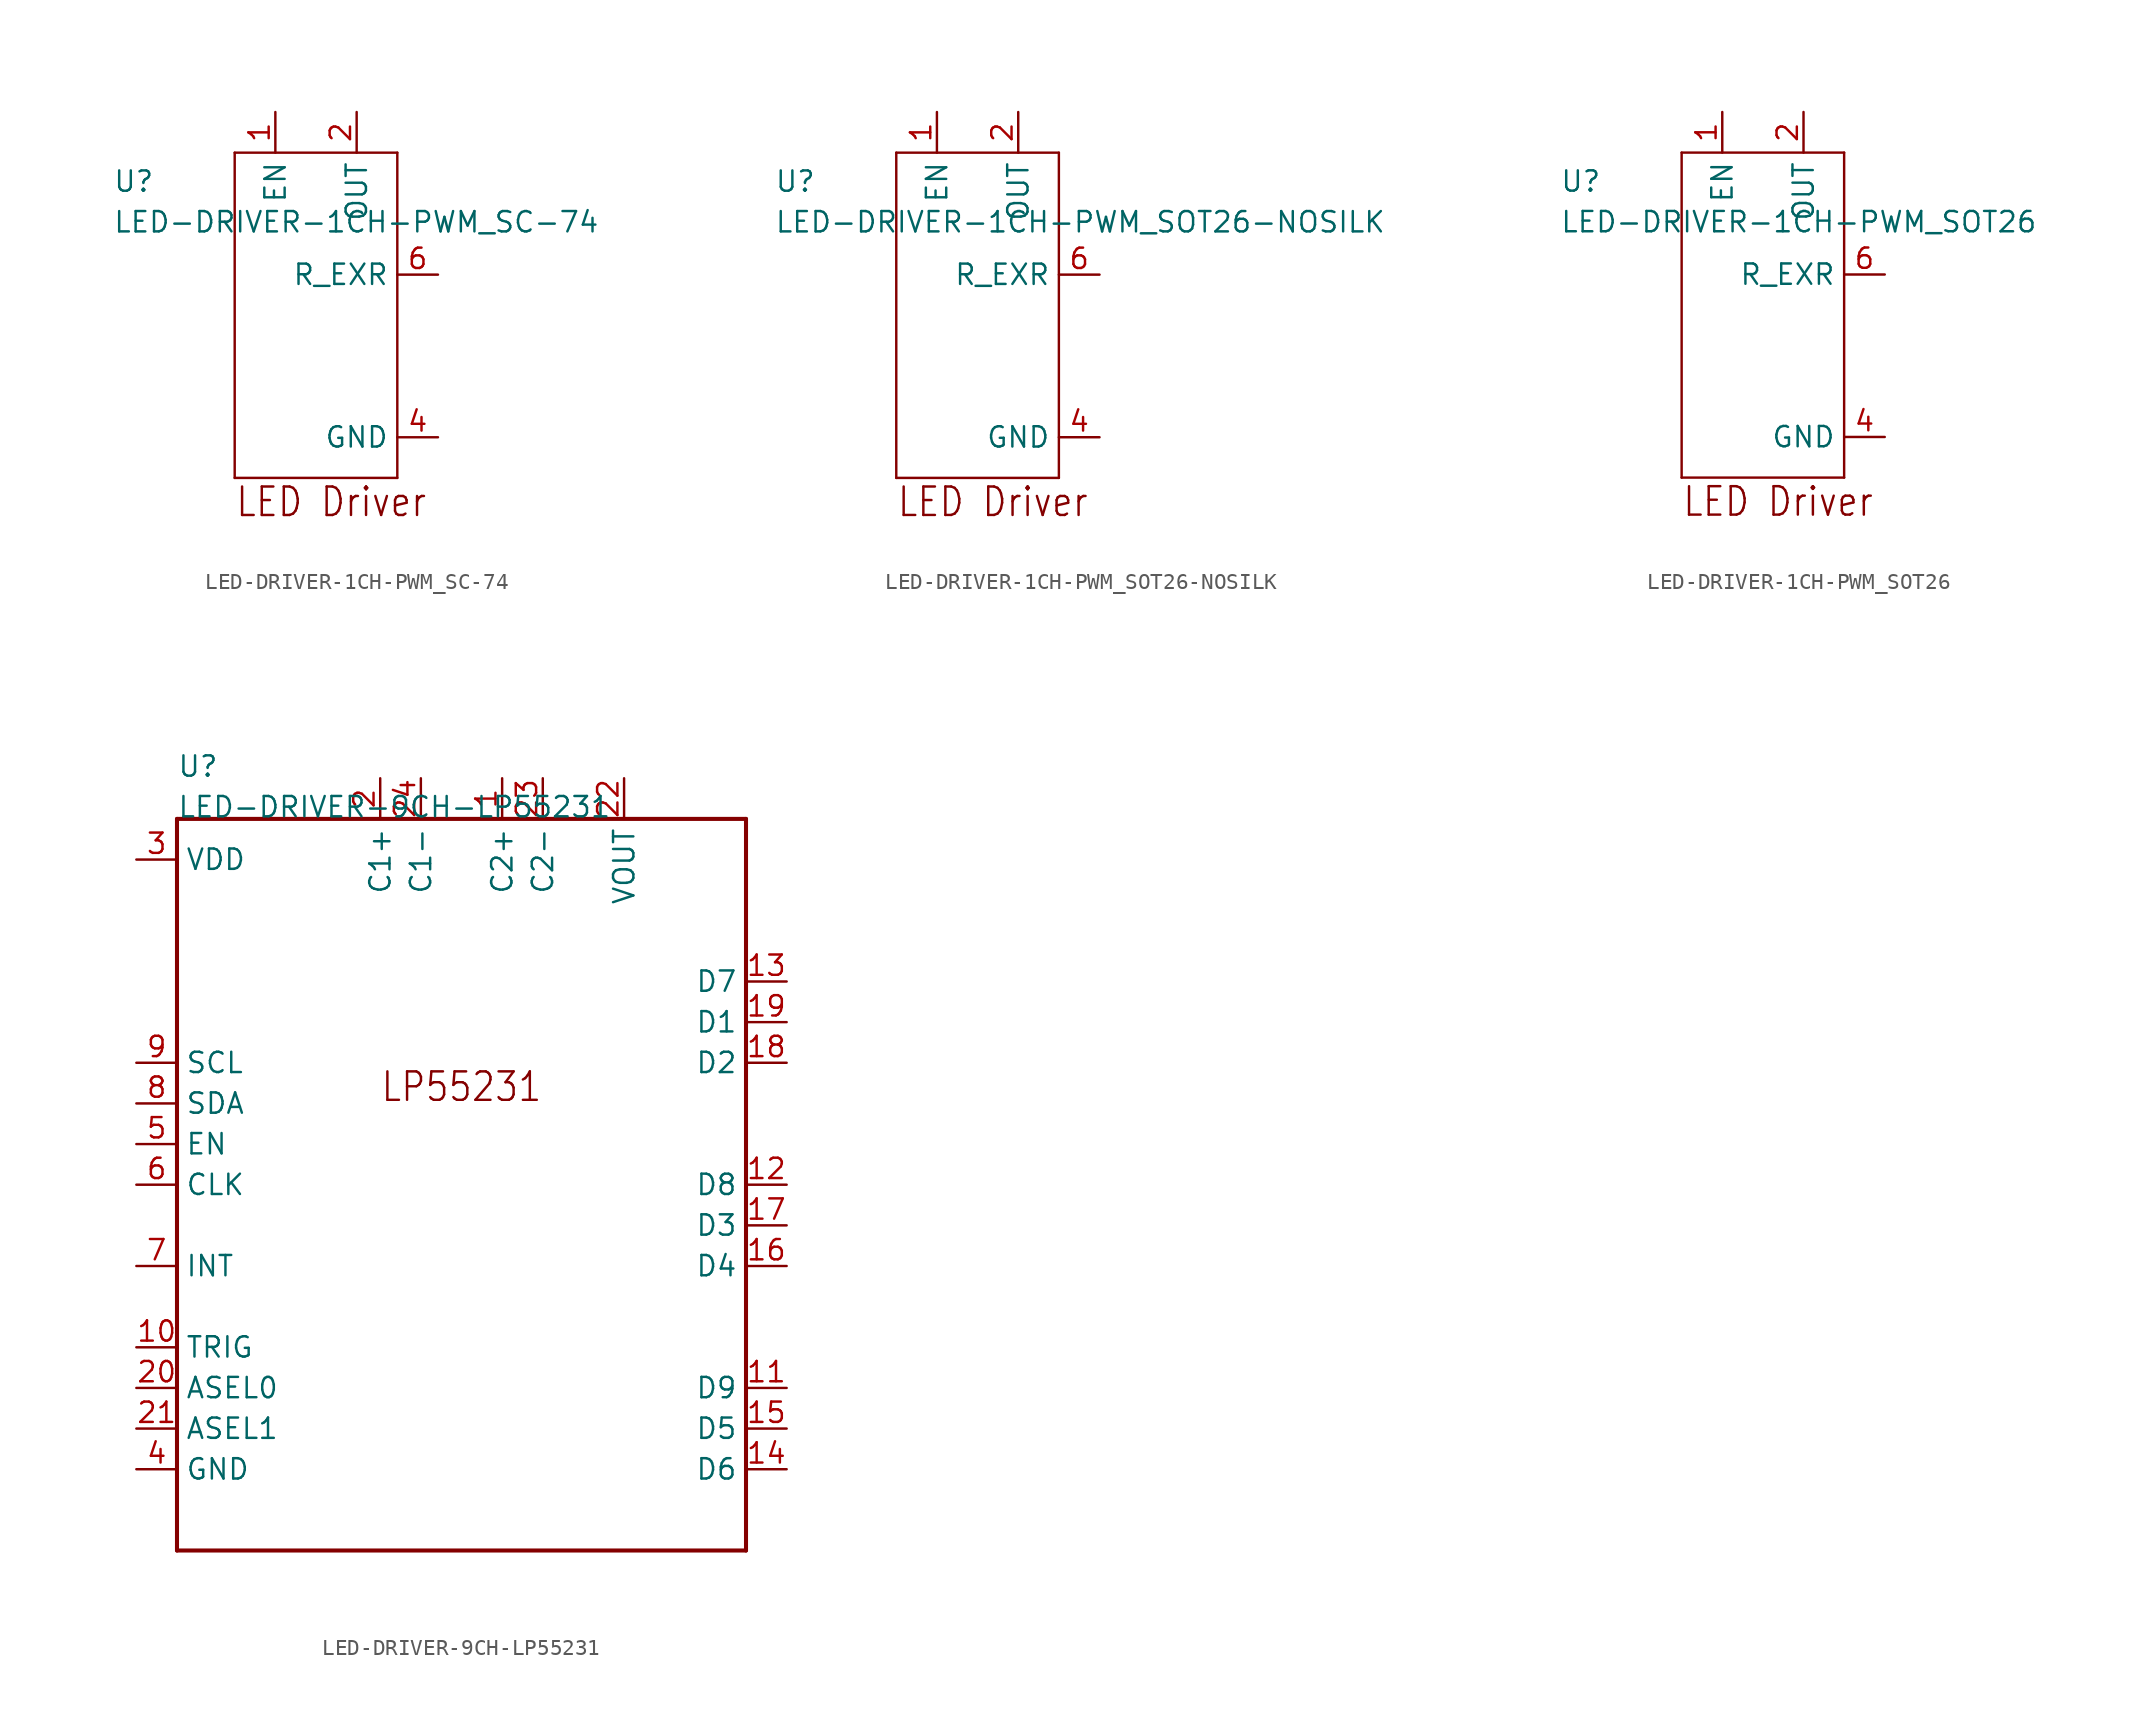
<source format=kicad_sym>
(kicad_symbol_lib
  (version 20211014)
  (generator kicad_symbol_editor)
  (symbol "LED-DRIVER-1CH-PWM_SC-74"
    (pin_names)
    (property "Reference" "U"
      (at -12.7 10.16 0)
      (effects (font (size 1.27 1.27)) (justify left bottom)))
    (property "Value" "LED-DRIVER-1CH-PWM_SC-74"
      (at -12.7 7.62 0)
      (effects (font (size 1.27 1.27)) (justify left bottom)))
    (property "Datasheet" ""
      (at 0 0 0))
    (property "ki_description" "LED Driver  - LED Driver IC 1 Output  PWM Dimming   Technical Specifications:    Dimming: PWM       Component Search:  [DATA SHEET NAME]   Datasheet:  BCR420UW6 / BCR421UW6   Datasheet:  BCR420UFDQ / BCR421UFDQ "
      (at 0 0 0))
    (property "ki_fp_filters" "FlashPCB_ICs:SC-74-6"
      (at 0 0 0))
    (symbol "LED-DRIVER-1CH-PWM_SC-74_1_1"
      (text "LED Driver" (at -5.08 -10.16 0) (effects (font (size 1.778 1.52)) (justify left bottom)))
      (polyline (pts (xy -5.08 12.7) (xy 5.08 12.7)) (stroke (width 0.152)) (fill (type none)))
      (polyline (pts (xy 5.08 12.7) (xy 5.08 -7.62)) (stroke (width 0.152)) (fill (type none)))
      (polyline (pts (xy 5.08 -7.62) (xy -5.08 -7.62)) (stroke (width 0.152)) (fill (type none)))
      (polyline (pts (xy -5.08 -7.62) (xy -5.08 12.7)) (stroke (width 0.152)) (fill (type none)))
      (pin bidirectional line (at -2.54 15.24 270) (length 2.54) (name "EN" (effects (font (size 1.27 1.27)))) (number "1" (effects (font (size 1.27 1.27)))))
      (pin bidirectional line (at 2.54 15.24 270) (length 2.54) (name "OUT" (effects (font (size 1.27 1.27)))) (number "2" (effects (font (size 1.27 1.27)))))
      (pin bidirectional line (at 2.54 15.24 270) (length 2.54) hide (name "OUT" (effects (font (size 1.27 1.27)))) (number "3" (effects (font (size 1.27 1.27)))))
      (pin bidirectional line (at 2.54 15.24 270) (length 2.54) hide (name "OUT" (effects (font (size 1.27 1.27)))) (number "5" (effects (font (size 1.27 1.27)))))
      (pin bidirectional line (at 7.62 5.08 180) (length 2.54) (name "R_EXR" (effects (font (size 1.27 1.27)))) (number "6" (effects (font (size 1.27 1.27)))))
      (pin bidirectional line (at 7.62 -5.08 180) (length 2.54) (name "GND" (effects (font (size 1.27 1.27)))) (number "4" (effects (font (size 1.27 1.27)))))))
  (symbol "LED-DRIVER-1CH-PWM_SOT26-NOSILK"
    (pin_names)
    (property "Reference" "U"
      (at -12.7 10.16 0)
      (effects (font (size 1.27 1.27)) (justify left bottom)))
    (property "Value" "LED-DRIVER-1CH-PWM_SOT26-NOSILK"
      (at -12.7 7.62 0)
      (effects (font (size 1.27 1.27)) (justify left bottom)))
    (property "Datasheet" ""
      (at 0 0 0))
    (property "ki_description" "LED Driver  - LED Driver IC 1 Output  PWM Dimming   Technical Specifications:    Dimming: PWM       Component Search:  [DATA SHEET NAME]   Datasheet:  BCR420UW6 / BCR421UW6   Datasheet:  BCR420UFDQ / BCR421UFDQ "
      (at 0 0 0))
    (property "ki_fp_filters" "FlashPCB_ICs:SOT-23-6_NOSILK"
      (at 0 0 0))
    (symbol "LED-DRIVER-1CH-PWM_SOT26-NOSILK_1_1"
      (text "LED Driver" (at -5.08 -10.16 0) (effects (font (size 1.778 1.52)) (justify left bottom)))
      (polyline (pts (xy -5.08 12.7) (xy 5.08 12.7)) (stroke (width 0.152)) (fill (type none)))
      (polyline (pts (xy 5.08 12.7) (xy 5.08 -7.62)) (stroke (width 0.152)) (fill (type none)))
      (polyline (pts (xy 5.08 -7.62) (xy -5.08 -7.62)) (stroke (width 0.152)) (fill (type none)))
      (polyline (pts (xy -5.08 -7.62) (xy -5.08 12.7)) (stroke (width 0.152)) (fill (type none)))
      (pin bidirectional line (at -2.54 15.24 270) (length 2.54) (name "EN" (effects (font (size 1.27 1.27)))) (number "1" (effects (font (size 1.27 1.27)))))
      (pin bidirectional line (at 2.54 15.24 270) (length 2.54) (name "OUT" (effects (font (size 1.27 1.27)))) (number "2" (effects (font (size 1.27 1.27)))))
      (pin bidirectional line (at 2.54 15.24 270) (length 2.54) hide (name "OUT" (effects (font (size 1.27 1.27)))) (number "3" (effects (font (size 1.27 1.27)))))
      (pin bidirectional line (at 2.54 15.24 270) (length 2.54) hide (name "OUT" (effects (font (size 1.27 1.27)))) (number "5" (effects (font (size 1.27 1.27)))))
      (pin bidirectional line (at 7.62 5.08 180) (length 2.54) (name "R_EXR" (effects (font (size 1.27 1.27)))) (number "6" (effects (font (size 1.27 1.27)))))
      (pin bidirectional line (at 7.62 -5.08 180) (length 2.54) (name "GND" (effects (font (size 1.27 1.27)))) (number "4" (effects (font (size 1.27 1.27)))))))
  (symbol "LED-DRIVER-1CH-PWM_SOT26"
    (pin_names)
    (property "Reference" "U"
      (at -12.7 10.16 0)
      (effects (font (size 1.27 1.27)) (justify left bottom)))
    (property "Value" "LED-DRIVER-1CH-PWM_SOT26"
      (at -12.7 7.62 0)
      (effects (font (size 1.27 1.27)) (justify left bottom)))
    (property "Datasheet" ""
      (at 0 0 0))
    (property "ki_description" "LED Driver  - LED Driver IC 1 Output  PWM Dimming   Technical Specifications:    Dimming: PWM       Component Search:  [DATA SHEET NAME]   Datasheet:  BCR420UW6 / BCR421UW6   Datasheet:  BCR420UFDQ / BCR421UFDQ "
      (at 0 0 0))
    (property "ki_fp_filters" "FlashPCB_ICs:SOT-23-6"
      (at 0 0 0))
    (symbol "LED-DRIVER-1CH-PWM_SOT26_1_1"
      (text "LED Driver" (at -5.08 -10.16 0) (effects (font (size 1.778 1.52)) (justify left bottom)))
      (polyline (pts (xy -5.08 12.7) (xy 5.08 12.7)) (stroke (width 0.152)) (fill (type none)))
      (polyline (pts (xy 5.08 12.7) (xy 5.08 -7.62)) (stroke (width 0.152)) (fill (type none)))
      (polyline (pts (xy 5.08 -7.62) (xy -5.08 -7.62)) (stroke (width 0.152)) (fill (type none)))
      (polyline (pts (xy -5.08 -7.62) (xy -5.08 12.7)) (stroke (width 0.152)) (fill (type none)))
      (pin bidirectional line (at -2.54 15.24 270) (length 2.54) (name "EN" (effects (font (size 1.27 1.27)))) (number "1" (effects (font (size 1.27 1.27)))))
      (pin bidirectional line (at 2.54 15.24 270) (length 2.54) (name "OUT" (effects (font (size 1.27 1.27)))) (number "2" (effects (font (size 1.27 1.27)))))
      (pin bidirectional line (at 2.54 15.24 270) (length 2.54) hide (name "OUT" (effects (font (size 1.27 1.27)))) (number "3" (effects (font (size 1.27 1.27)))))
      (pin bidirectional line (at 2.54 15.24 270) (length 2.54) hide (name "OUT" (effects (font (size 1.27 1.27)))) (number "5" (effects (font (size 1.27 1.27)))))
      (pin bidirectional line (at 7.62 5.08 180) (length 2.54) (name "R_EXR" (effects (font (size 1.27 1.27)))) (number "6" (effects (font (size 1.27 1.27)))))
      (pin bidirectional line (at 7.62 -5.08 180) (length 2.54) (name "GND" (effects (font (size 1.27 1.27)))) (number "4" (effects (font (size 1.27 1.27)))))))
  (symbol "LED-DRIVER-9CH-LP55231"
    (pin_names)
    (property "Reference" "U"
      (at -17.78 25.4 0)
      (effects (font (size 1.27 1.27)) (justify left bottom)))
    (property "Value" "LED-DRIVER-9CH-LP55231"
      (at -17.78 22.86 0)
      (effects (font (size 1.27 1.27)) (justify left bottom)))
    (property "Datasheet" ""
      (at 0 0 0))
    (property "ki_description" "LP55231  - IC LED DRVR RGLTR PWM 24WQFN   Technical Specifications:    LED Driver IC 9 Output DC DC Regulator Switched Capacitor (Charge Pump) PWM Dimming 25.5mA 24-WQFN (4x4)   Interface: Two-Wire I2C compatible input   Output: 12-bit PWM   Output supports 9x White LEDs or 3x RGB LEDs   Overcurrent & Short Circuit Protection, Built-in LED test       Component Search:  LP55231   Datasheet:  LP55231 Nine-Channel RGB, White-LED Driver With Internal Program Memory and Integrated Charge Pump - WQFN datasheet (Rev. D) "
      (at 0 0 0))
    (property "ki_fp_filters" "FlashPCB_ICs:24-WQFN(4X4)"
      (at 0 0 0))
    (symbol "LED-DRIVER-9CH-LP55231_1_1"
      (text "LP55231" (at 0 5.08 0) (effects (font (size 1.778 1.52)) (justify bottom)))
      (polyline (pts (xy -17.78 22.86) (xy 17.78 22.86)) (stroke (width 0.254)) (fill (type none)))
      (polyline (pts (xy 17.78 22.86) (xy 17.78 -22.86)) (stroke (width 0.254)) (fill (type none)))
      (polyline (pts (xy 17.78 -22.86) (xy -17.78 -22.86)) (stroke (width 0.254)) (fill (type none)))
      (polyline (pts (xy -17.78 -22.86) (xy -17.78 22.86)) (stroke (width 0.254)) (fill (type none)))
      (pin bidirectional line (at -20.32 20.32 0) (length 2.54) (name "VDD" (effects (font (size 1.27 1.27)))) (number "3" (effects (font (size 1.27 1.27)))))
      (pin bidirectional line (at -20.32 7.62 0) (length 2.54) (name "SCL" (effects (font (size 1.27 1.27)))) (number "9" (effects (font (size 1.27 1.27)))))
      (pin bidirectional line (at -20.32 5.08 0) (length 2.54) (name "SDA" (effects (font (size 1.27 1.27)))) (number "8" (effects (font (size 1.27 1.27)))))
      (pin bidirectional line (at -20.32 2.54 0) (length 2.54) (name "EN" (effects (font (size 1.27 1.27)))) (number "5" (effects (font (size 1.27 1.27)))))
      (pin bidirectional line (at -20.32 0 0) (length 2.54) (name "CLK" (effects (font (size 1.27 1.27)))) (number "6" (effects (font (size 1.27 1.27)))))
      (pin bidirectional line (at -20.32 -5.08 0) (length 2.54) (name "INT" (effects (font (size 1.27 1.27)))) (number "7" (effects (font (size 1.27 1.27)))))
      (pin bidirectional line (at -20.32 -10.16 0) (length 2.54) (name "TRIG" (effects (font (size 1.27 1.27)))) (number "10" (effects (font (size 1.27 1.27)))))
      (pin bidirectional line (at -20.32 -12.7 0) (length 2.54) (name "ASEL0" (effects (font (size 1.27 1.27)))) (number "20" (effects (font (size 1.27 1.27)))))
      (pin bidirectional line (at -20.32 -15.24 0) (length 2.54) (name "ASEL1" (effects (font (size 1.27 1.27)))) (number "21" (effects (font (size 1.27 1.27)))))
      (pin bidirectional line (at -20.32 -17.78 0) (length 2.54) (name "GND" (effects (font (size 1.27 1.27)))) (number "4" (effects (font (size 1.27 1.27)))))
      (pin bidirectional line (at -20.32 -17.78 0) (length 2.54) hide (name "GND" (effects (font (size 1.27 1.27)))) (number "25" (effects (font (size 1.27 1.27)))))
      (pin bidirectional line (at 20.32 10.16 180) (length 2.54) (name "D1" (effects (font (size 1.27 1.27)))) (number "19" (effects (font (size 1.27 1.27)))))
      (pin bidirectional line (at 20.32 7.62 180) (length 2.54) (name "D2" (effects (font (size 1.27 1.27)))) (number "18" (effects (font (size 1.27 1.27)))))
      (pin bidirectional line (at 20.32 -2.54 180) (length 2.54) (name "D3" (effects (font (size 1.27 1.27)))) (number "17" (effects (font (size 1.27 1.27)))))
      (pin bidirectional line (at 20.32 -5.08 180) (length 2.54) (name "D4" (effects (font (size 1.27 1.27)))) (number "16" (effects (font (size 1.27 1.27)))))
      (pin bidirectional line (at 20.32 -15.24 180) (length 2.54) (name "D5" (effects (font (size 1.27 1.27)))) (number "15" (effects (font (size 1.27 1.27)))))
      (pin bidirectional line (at 20.32 -17.78 180) (length 2.54) (name "D6" (effects (font (size 1.27 1.27)))) (number "14" (effects (font (size 1.27 1.27)))))
      (pin bidirectional line (at 20.32 12.7 180) (length 2.54) (name "D7" (effects (font (size 1.27 1.27)))) (number "13" (effects (font (size 1.27 1.27)))))
      (pin bidirectional line (at 20.32 0 180) (length 2.54) (name "D8" (effects (font (size 1.27 1.27)))) (number "12" (effects (font (size 1.27 1.27)))))
      (pin bidirectional line (at 20.32 -12.7 180) (length 2.54) (name "D9" (effects (font (size 1.27 1.27)))) (number "11" (effects (font (size 1.27 1.27)))))
      (pin bidirectional line (at 10.16 25.4 270) (length 2.54) (name "VOUT" (effects (font (size 1.27 1.27)))) (number "22" (effects (font (size 1.27 1.27)))))
      (pin bidirectional line (at -5.08 25.4 270) (length 2.54) (name "C1+" (effects (font (size 1.27 1.27)))) (number "2" (effects (font (size 1.27 1.27)))))
      (pin bidirectional line (at -2.54 25.4 270) (length 2.54) (name "C1-" (effects (font (size 1.27 1.27)))) (number "24" (effects (font (size 1.27 1.27)))))
      (pin bidirectional line (at 2.54 25.4 270) (length 2.54) (name "C2+" (effects (font (size 1.27 1.27)))) (number "1" (effects (font (size 1.27 1.27)))))
      (pin bidirectional line (at 5.08 25.4 270) (length 2.54) (name "C2-" (effects (font (size 1.27 1.27)))) (number "23" (effects (font (size 1.27 1.27))))))))
</source>
